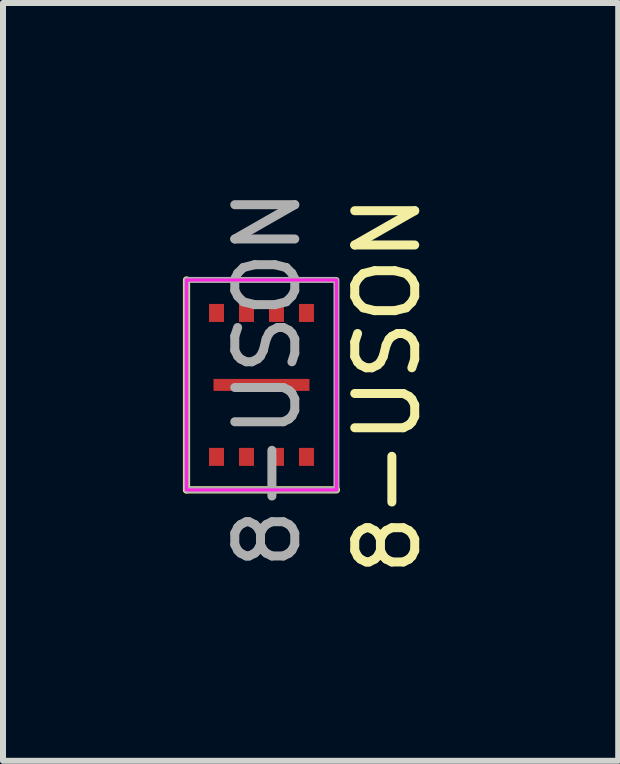
<source format=kicad_pcb>
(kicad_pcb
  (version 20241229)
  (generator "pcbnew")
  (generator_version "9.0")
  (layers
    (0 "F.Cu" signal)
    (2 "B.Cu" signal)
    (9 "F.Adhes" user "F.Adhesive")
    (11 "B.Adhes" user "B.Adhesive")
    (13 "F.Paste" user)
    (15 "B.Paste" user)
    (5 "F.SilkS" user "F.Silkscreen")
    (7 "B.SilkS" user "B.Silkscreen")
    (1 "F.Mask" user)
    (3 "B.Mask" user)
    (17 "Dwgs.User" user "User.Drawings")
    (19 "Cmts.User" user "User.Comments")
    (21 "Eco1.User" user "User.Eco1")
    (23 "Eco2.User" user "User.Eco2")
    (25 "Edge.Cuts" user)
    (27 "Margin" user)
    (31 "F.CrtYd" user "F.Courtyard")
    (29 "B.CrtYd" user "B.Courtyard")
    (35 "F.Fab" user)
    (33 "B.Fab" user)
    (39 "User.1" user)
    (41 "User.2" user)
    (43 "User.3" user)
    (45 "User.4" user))
  (footprint "8-USON"
    (layer "F.Cu")
    (at 1.31 3.368)
    (property "Reference" "8-USON" (at 2.1 0 90) (unlocked yes) (layer "F.SilkS") (effects (font (size 1 1) (thickness 0.15))))
    (attr smd)
    (fp_line (start -1.25 1.75) (end -1.25 -1.75) (stroke (width 0.12) (type solid)) (layer "F.SilkS"))
    (fp_line (start -1.25 1.75) (end 1.25 1.75) (stroke (width 0.12) (type solid)) (layer "F.SilkS"))
    (fp_rect (start -1.25 1.75) (end 1.25 -1.75) (stroke (width 0.05) (type solid)) (fill no) (layer "F.CrtYd"))
    (fp_rect (start -1.25 1.75) (end 1.25 -1.75) (stroke (width 0.1) (type solid)) (fill no) (layer "F.Fab"))
    (fp_text user "${REFERENCE}" (at 0.1 -0.1 90) (unlocked yes) (layer "F.Fab") (effects (font (size 1 1) (thickness 0.15))))
    (pad "1" smd rect (at -0.75 1.2 90) (size 0.3 0.25) (layers "F.Cu" "F.Mask" "F.Paste"))
    (pad "2" smd rect (at -0.25 1.2 90) (size 0.3 0.25) (layers "F.Cu" "F.Mask" "F.Paste"))
    (pad "3" smd rect (at 0.25 1.2 90) (size 0.3 0.25) (layers "F.Cu" "F.Mask" "F.Paste"))
    (pad "4" smd rect (at 0 0 90) (size 0.2 1.6) (layers "F.Cu" "F.Mask" "F.Paste"))
    (pad "4" smd rect (at 0.75 1.2 90) (size 0.3 0.25) (layers "F.Cu" "F.Mask" "F.Paste"))
    (pad "5" smd rect (at 0.75 -1.2 90) (size 0.3 0.25) (layers "F.Cu" "F.Mask" "F.Paste"))
    (pad "6" smd rect (at 0.25 -1.2 90) (size 0.3 0.25) (layers "F.Cu" "F.Mask" "F.Paste"))
    (pad "7" smd rect (at -0.25 -1.2 90) (size 0.3 0.25) (layers "F.Cu" "F.Mask" "F.Paste"))
    (pad "8" smd rect (at -0.75 -1.2 90) (size 0.3 0.25) (layers "F.Cu" "F.Mask" "F.Paste")))
  (gr_rect
    (start -3 -3)
    (end 7.258 9.636)
    (stroke (width 0.1) (type default))
    (fill no)
    (layer "Edge.Cuts")))
</source>
